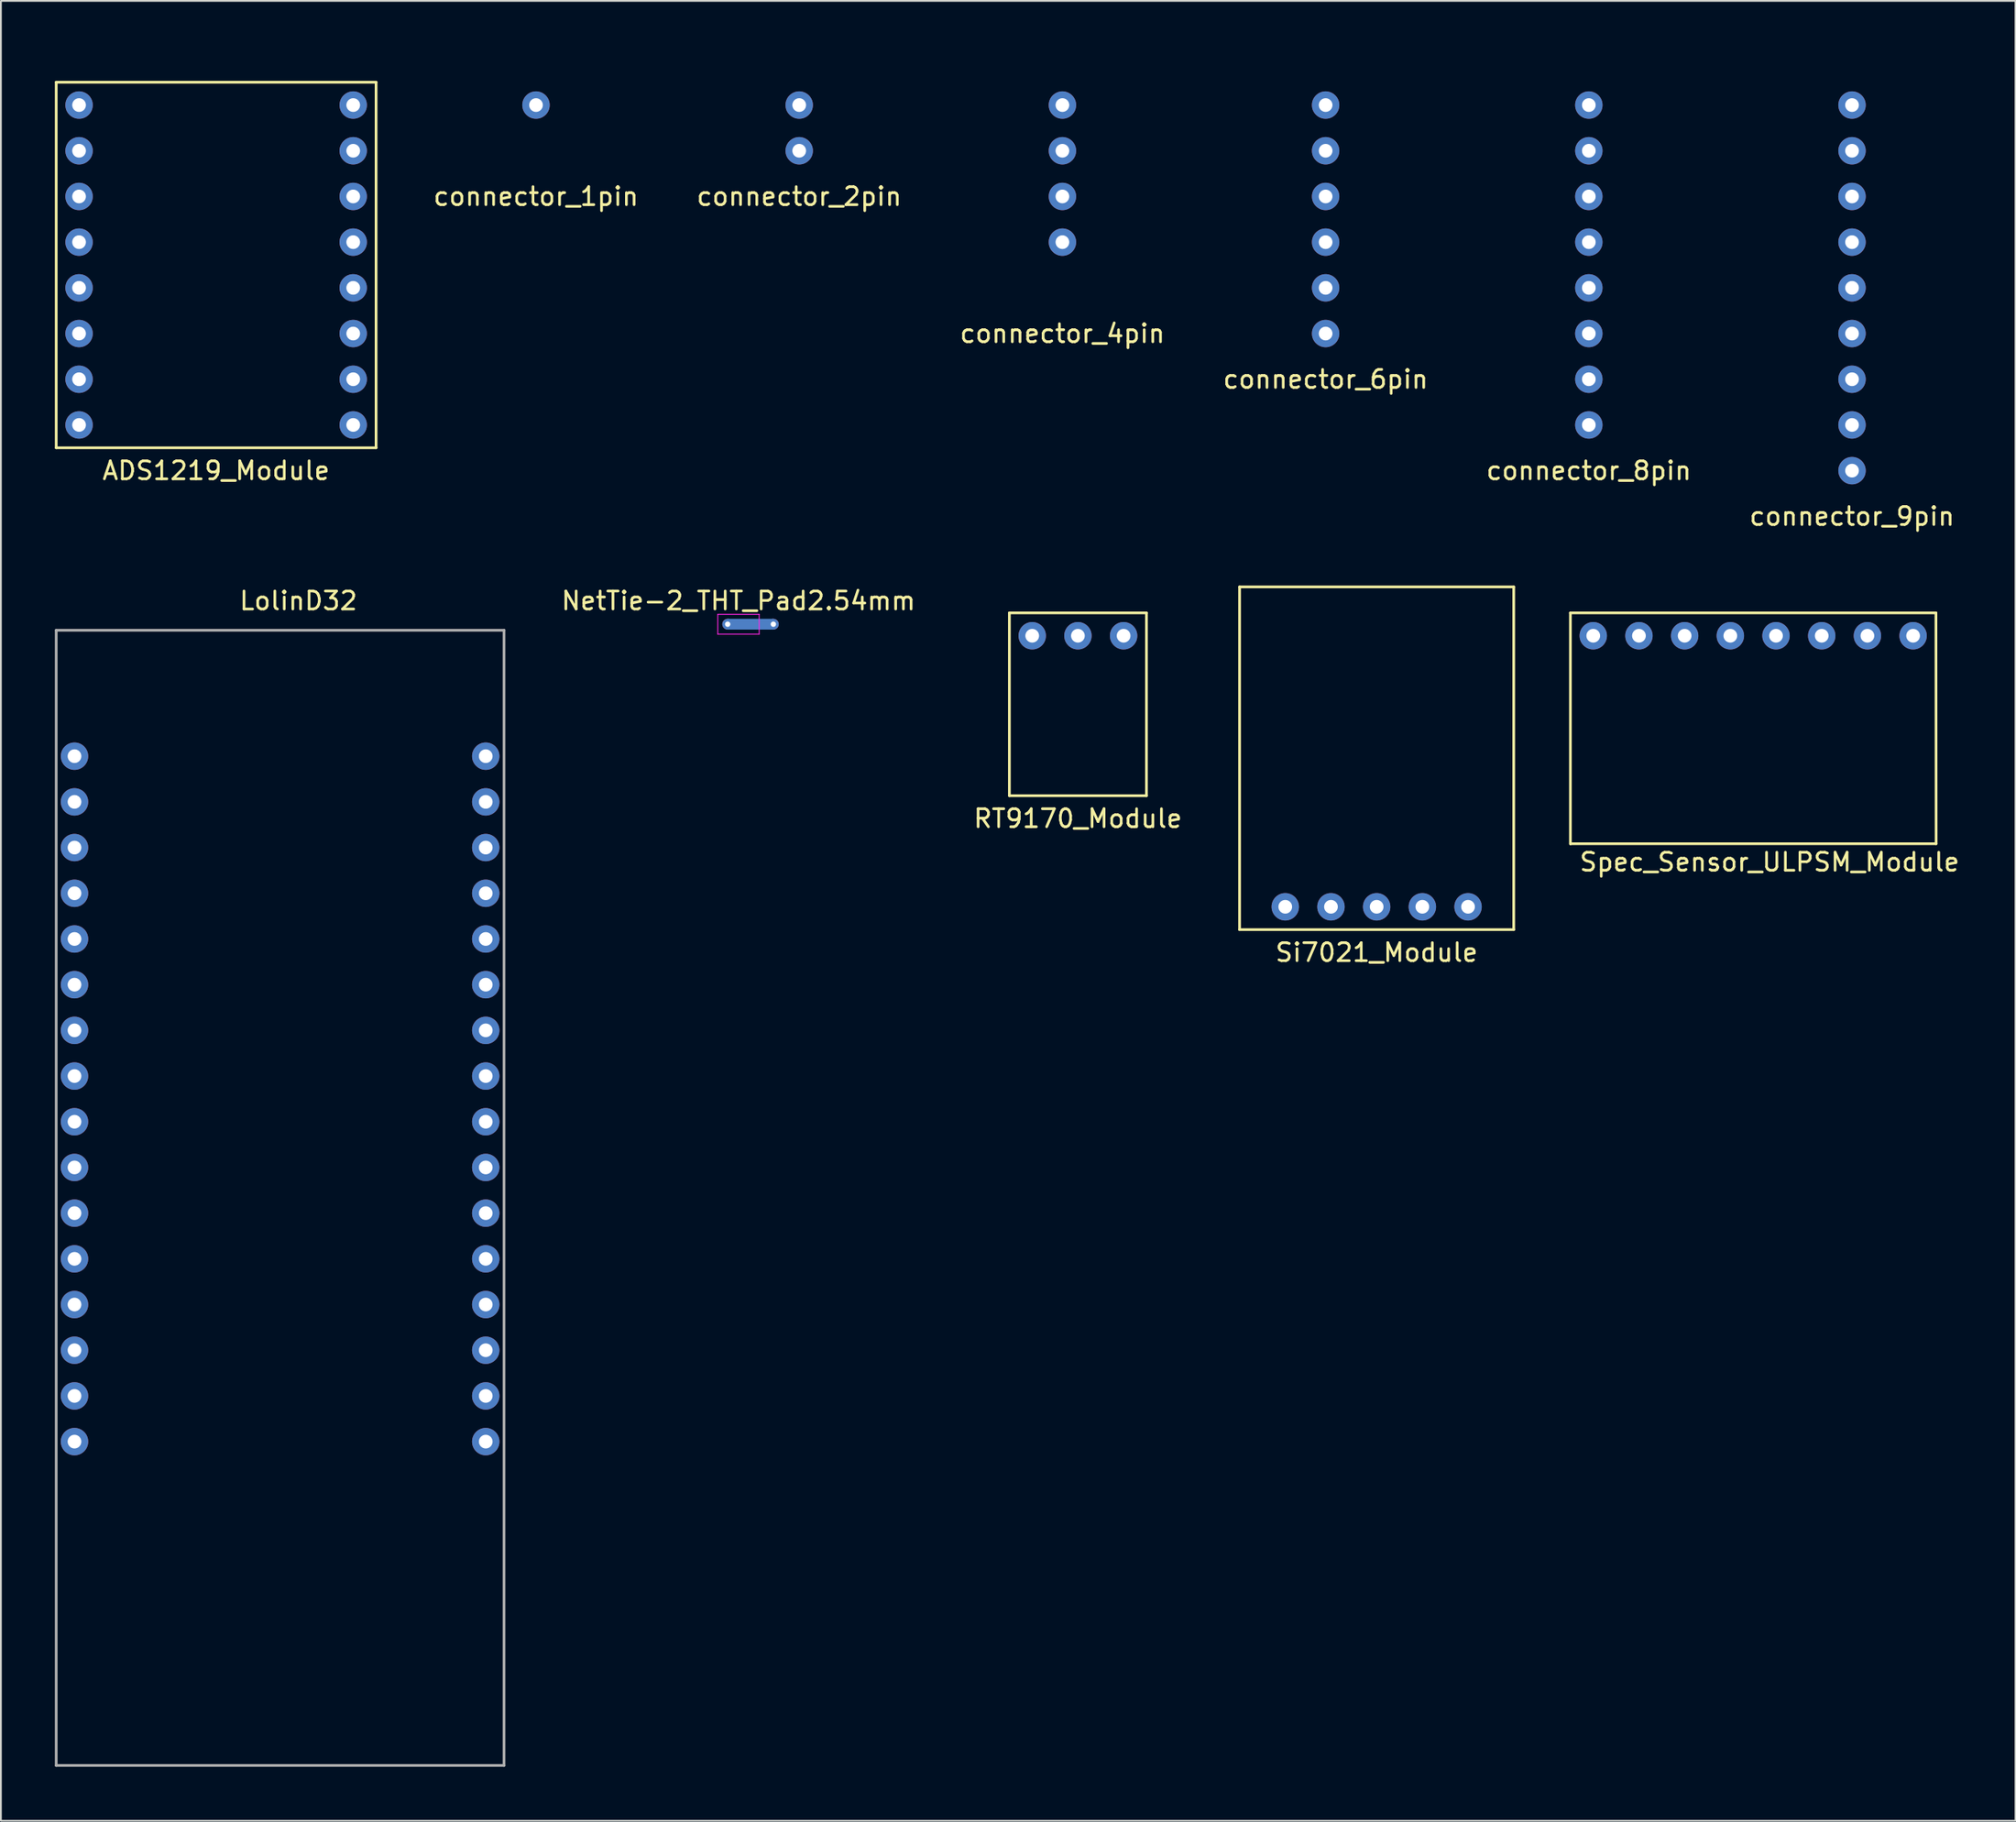
<source format=kicad_pcb>
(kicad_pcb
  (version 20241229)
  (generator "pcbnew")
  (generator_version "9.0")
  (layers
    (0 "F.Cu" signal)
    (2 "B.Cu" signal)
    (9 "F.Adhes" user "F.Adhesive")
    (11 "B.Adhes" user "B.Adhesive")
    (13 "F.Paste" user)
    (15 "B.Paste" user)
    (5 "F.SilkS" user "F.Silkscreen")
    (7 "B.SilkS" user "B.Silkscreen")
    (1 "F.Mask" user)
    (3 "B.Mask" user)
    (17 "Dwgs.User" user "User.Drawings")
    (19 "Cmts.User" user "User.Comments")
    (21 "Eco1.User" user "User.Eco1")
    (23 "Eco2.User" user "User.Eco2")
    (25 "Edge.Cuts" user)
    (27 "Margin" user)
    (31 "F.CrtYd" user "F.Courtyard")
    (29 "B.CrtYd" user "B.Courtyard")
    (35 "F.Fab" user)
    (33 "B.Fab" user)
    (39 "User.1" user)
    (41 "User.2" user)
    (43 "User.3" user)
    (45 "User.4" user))
  (footprint "NetTie-2_THT_Pad2.54mm"
    (layer "F.Cu")
    (at 37.4 31.646)
    (property "Reference" "NetTie-2_THT_Pad2.54mm" (at 0.6 -1.3 0) (layer "F.SilkS") (effects (font (size 1 1) (thickness 0.15))))
    (attr exclude_from_pos_files exclude_from_bom)
    (fp_poly (pts (xy 0 -0.3) (xy 2.54 -0.3) (xy 2.54 0.3) (xy 0 0.3)) (stroke (width 0) (type solid)) (fill yes) (layer "B.Cu"))
    (fp_line (start -0.55 -0.55) (end 1.75 -0.55) (stroke (width 0.05) (type solid)) (layer "F.CrtYd"))
    (fp_line (start -0.55 0.55) (end -0.55 -0.55) (stroke (width 0.05) (type solid)) (layer "F.CrtYd"))
    (fp_line (start 1.75 -0.55) (end 1.75 0.55) (stroke (width 0.05) (type solid)) (layer "F.CrtYd"))
    (fp_line (start 1.75 0.55) (end -0.55 0.55) (stroke (width 0.05) (type solid)) (layer "F.CrtYd"))
    (pad "1" thru_hole circle (at 0 0) (size 0.6 0.6) (drill 0.3) (layers "*.Cu"))
    (pad "2" thru_hole circle (at 2.54 0) (size 0.6 0.6) (drill 0.3) (layers "*.Cu")))
  (footprint "connector_1pin"
    (layer "F.Cu")
    (at 26.745 0.25)
    (property "Reference" "connector_1pin" (at 0 7.62 0) (layer "F.SilkS") (effects (font (size 1 1) (thickness 0.15))))
    (attr through_hole)
    (pad "1" thru_hole circle (at 0 2.54) (size 1.524 1.524) (drill 0.762) (layers "*.Cu" "*.Mask")))
  (footprint "RT9170_Module"
    (layer "F.Cu")
    (at 56.869 29.748)
    (property "Reference" "RT9170_Module" (at 0 12.7 0) (layer "F.SilkS") (effects (font (size 1 1) (thickness 0.15))))
    (attr through_hole)
    (fp_line (start -3.81 1.27) (end 3.81 1.27) (stroke (width 0.15) (type solid)) (layer "F.SilkS"))
    (fp_line (start -3.81 11.43) (end -3.81 1.27) (stroke (width 0.15) (type solid)) (layer "F.SilkS"))
    (fp_line (start 3.81 1.27) (end 3.81 11.43) (stroke (width 0.15) (type solid)) (layer "F.SilkS"))
    (fp_line (start 3.81 11.43) (end -3.81 11.43) (stroke (width 0.15) (type solid)) (layer "F.SilkS"))
    (pad "1" thru_hole circle (at -2.54 2.54) (size 1.524 1.524) (drill 0.762) (layers "*.Cu" "*.Mask"))
    (pad "2" thru_hole circle (at 2.54 2.54) (size 1.524 1.524) (drill 0.762) (layers "*.Cu" "*.Mask"))
    (pad "3" thru_hole circle (at 0 2.54) (size 1.524 1.524) (drill 0.762) (layers "*.Cu" "*.Mask")))
  (footprint "LolinD32"
    (layer "F.Cu")
    (at 13.791 46.602)
    (property "Reference" "LolinD32" (at -0.254 -16.256 0) (layer "F.SilkS") (effects (font (size 1 1) (thickness 0.15))))
    (attr through_hole)
    (fp_line (start -13.716 -14.62) (end -13.716 48.48) (stroke (width 0.15) (type solid)) (layer "F.Fab"))
    (fp_line (start -13.716 -14.62) (end 11.176 -14.62) (stroke (width 0.15) (type solid)) (layer "F.Fab"))
    (fp_line (start -13.716 48.48) (end 11.176 48.48) (stroke (width 0.15) (type solid)) (layer "F.Fab"))
    (fp_line (start 11.176 -14.62) (end 11.176 48.48) (stroke (width 0.15) (type solid)) (layer "F.Fab"))
    (pad "1" thru_hole circle (at -12.7 -7.62) (size 1.524 1.524) (drill 0.762) (layers "*.Cu" "*.Mask"))
    (pad "2" thru_hole circle (at -12.7 -5.08) (size 1.524 1.524) (drill 0.762) (layers "*.Cu" "*.Mask"))
    (pad "3" thru_hole circle (at -12.7 -2.54) (size 1.524 1.524) (drill 0.762) (layers "*.Cu" "*.Mask"))
    (pad "4" thru_hole circle (at -12.7 0) (size 1.524 1.524) (drill 0.762) (layers "*.Cu" "*.Mask"))
    (pad "5" thru_hole circle (at -12.7 2.54) (size 1.524 1.524) (drill 0.762) (layers "*.Cu" "*.Mask"))
    (pad "6" thru_hole circle (at -12.7 5.08) (size 1.524 1.524) (drill 0.762) (layers "*.Cu" "*.Mask"))
    (pad "7" thru_hole circle (at -12.7 7.62) (size 1.524 1.524) (drill 0.762) (layers "*.Cu" "*.Mask"))
    (pad "8" thru_hole circle (at -12.7 10.16) (size 1.524 1.524) (drill 0.762) (layers "*.Cu" "*.Mask"))
    (pad "9" thru_hole circle (at -12.7 12.7) (size 1.524 1.524) (drill 0.762) (layers "*.Cu" "*.Mask"))
    (pad "10" thru_hole circle (at -12.7 15.24) (size 1.524 1.524) (drill 0.762) (layers "*.Cu" "*.Mask"))
    (pad "11" thru_hole circle (at -12.7 17.78) (size 1.524 1.524) (drill 0.762) (layers "*.Cu" "*.Mask"))
    (pad "12" thru_hole circle (at -12.7 20.32) (size 1.524 1.524) (drill 0.762) (layers "*.Cu" "*.Mask"))
    (pad "13" thru_hole circle (at -12.7 22.86) (size 1.524 1.524) (drill 0.762) (layers "*.Cu" "*.Mask"))
    (pad "14" thru_hole circle (at -12.7 25.4) (size 1.524 1.524) (drill 0.762) (layers "*.Cu" "*.Mask"))
    (pad "15" thru_hole circle (at -12.7 27.94) (size 1.524 1.524) (drill 0.762) (layers "*.Cu" "*.Mask"))
    (pad "16" thru_hole circle (at -12.7 30.48) (size 1.524 1.524) (drill 0.762) (layers "*.Cu" "*.Mask"))
    (pad "17" thru_hole circle (at 10.16 30.48) (size 1.524 1.524) (drill 0.762) (layers "*.Cu" "*.Mask"))
    (pad "18" thru_hole circle (at 10.16 27.94) (size 1.524 1.524) (drill 0.762) (layers "*.Cu" "*.Mask"))
    (pad "19" thru_hole circle (at 10.16 25.4) (size 1.524 1.524) (drill 0.762) (layers "*.Cu" "*.Mask"))
    (pad "20" thru_hole circle (at 10.16 22.86) (size 1.524 1.524) (drill 0.762) (layers "*.Cu" "*.Mask"))
    (pad "21" thru_hole circle (at 10.16 20.32) (size 1.524 1.524) (drill 0.762) (layers "*.Cu" "*.Mask"))
    (pad "22" thru_hole circle (at 10.16 17.78) (size 1.524 1.524) (drill 0.762) (layers "*.Cu" "*.Mask"))
    (pad "23" thru_hole circle (at 10.16 15.24) (size 1.524 1.524) (drill 0.762) (layers "*.Cu" "*.Mask"))
    (pad "24" thru_hole circle (at 10.16 12.7) (size 1.524 1.524) (drill 0.762) (layers "*.Cu" "*.Mask"))
    (pad "25" thru_hole circle (at 10.16 10.16) (size 1.524 1.524) (drill 0.762) (layers "*.Cu" "*.Mask"))
    (pad "26" thru_hole circle (at 10.16 7.62) (size 1.524 1.524) (drill 0.762) (layers "*.Cu" "*.Mask"))
    (pad "27" thru_hole circle (at 10.16 5.08) (size 1.524 1.524) (drill 0.762) (layers "*.Cu" "*.Mask"))
    (pad "28" thru_hole circle (at 10.16 2.54) (size 1.524 1.524) (drill 0.762) (layers "*.Cu" "*.Mask"))
    (pad "29" thru_hole circle (at 10.16 0) (size 1.524 1.524) (drill 0.762) (layers "*.Cu" "*.Mask"))
    (pad "30" thru_hole circle (at 10.16 -2.54) (size 1.524 1.524) (drill 0.762) (layers "*.Cu" "*.Mask"))
    (pad "31" thru_hole circle (at 10.16 -5.08) (size 1.524 1.524) (drill 0.762) (layers "*.Cu" "*.Mask"))
    (pad "32" thru_hole circle (at 10.16 -7.62) (size 1.524 1.524) (drill 0.762) (layers "*.Cu" "*.Mask")))
  (footprint "connector_8pin"
    (layer "F.Cu")
    (at 85.269 0.25)
    (property "Reference" "connector_8pin" (at 0 22.86 0) (layer "F.SilkS") (effects (font (size 1 1) (thickness 0.15))))
    (attr through_hole)
    (pad "1" thru_hole circle (at 0 2.54) (size 1.524 1.524) (drill 0.762) (layers "*.Cu" "*.Mask"))
    (pad "2" thru_hole circle (at 0 5.08) (size 1.524 1.524) (drill 0.762) (layers "*.Cu" "*.Mask"))
    (pad "3" thru_hole circle (at 0 7.62) (size 1.524 1.524) (drill 0.762) (layers "*.Cu" "*.Mask"))
    (pad "4" thru_hole circle (at 0 10.16) (size 1.524 1.524) (drill 0.762) (layers "*.Cu" "*.Mask"))
    (pad "5" thru_hole circle (at 0 12.7) (size 1.524 1.524) (drill 0.762) (layers "*.Cu" "*.Mask"))
    (pad "6" thru_hole circle (at 0 15.24) (size 1.524 1.524) (drill 0.762) (layers "*.Cu" "*.Mask"))
    (pad "7" thru_hole circle (at 0 17.78) (size 1.524 1.524) (drill 0.762) (layers "*.Cu" "*.Mask"))
    (pad "8" thru_hole circle (at 0 20.32) (size 1.524 1.524) (drill 0.762) (layers "*.Cu" "*.Mask")))
  (footprint "Si7021_Module"
    (layer "F.Cu")
    (at 73.475 37.193)
    (property "Reference" "Si7021_Module" (at 0 12.7 0) (layer "F.SilkS") (effects (font (size 1 1) (thickness 0.15))))
    (attr through_hole)
    (fp_line (start -7.62 -7.62) (end -7.62 11.43) (stroke (width 0.15) (type solid)) (layer "F.SilkS"))
    (fp_line (start -7.62 11.43) (end 7.62 11.43) (stroke (width 0.15) (type solid)) (layer "F.SilkS"))
    (fp_line (start 7.62 -7.62) (end -7.62 -7.62) (stroke (width 0.15) (type solid)) (layer "F.SilkS"))
    (fp_line (start 7.62 11.43) (end 7.62 -7.62) (stroke (width 0.15) (type solid)) (layer "F.SilkS"))
    (pad "1" thru_hole circle (at -5.08 10.16) (size 1.524 1.524) (drill 0.762) (layers "*.Cu" "*.Mask"))
    (pad "2" thru_hole circle (at -2.54 10.16) (size 1.524 1.524) (drill 0.762) (layers "*.Cu" "*.Mask"))
    (pad "3" thru_hole circle (at 0 10.16) (size 1.524 1.524) (drill 0.762) (layers "*.Cu" "*.Mask"))
    (pad "4" thru_hole circle (at 2.54 10.16) (size 1.524 1.524) (drill 0.762) (layers "*.Cu" "*.Mask"))
    (pad "5" thru_hole circle (at 5.08 10.16) (size 1.524 1.524) (drill 0.762) (layers "*.Cu" "*.Mask")))
  (footprint "connector_6pin"
    (layer "F.Cu")
    (at 70.638 0.25)
    (property "Reference" "connector_6pin" (at 0 17.78 0) (layer "F.SilkS") (effects (font (size 1 1) (thickness 0.15))))
    (attr through_hole)
    (pad "1" thru_hole circle (at 0 2.54) (size 1.524 1.524) (drill 0.762) (layers "*.Cu" "*.Mask"))
    (pad "2" thru_hole circle (at 0 5.08) (size 1.524 1.524) (drill 0.762) (layers "*.Cu" "*.Mask"))
    (pad "3" thru_hole circle (at 0 7.62) (size 1.524 1.524) (drill 0.762) (layers "*.Cu" "*.Mask"))
    (pad "4" thru_hole circle (at 0 10.16) (size 1.524 1.524) (drill 0.762) (layers "*.Cu" "*.Mask"))
    (pad "5" thru_hole circle (at 0 12.7) (size 1.524 1.524) (drill 0.762) (layers "*.Cu" "*.Mask"))
    (pad "6" thru_hole circle (at 0 15.24) (size 1.524 1.524) (drill 0.762) (layers "*.Cu" "*.Mask")))
  (footprint "connector_4pin"
    (layer "F.Cu")
    (at 56.007 0.25)
    (property "Reference" "connector_4pin" (at 0 15.24 0) (layer "F.SilkS") (effects (font (size 1 1) (thickness 0.15))))
    (attr through_hole)
    (pad "1" thru_hole circle (at 0 2.54) (size 1.524 1.524) (drill 0.762) (layers "*.Cu" "*.Mask"))
    (pad "2" thru_hole circle (at 0 5.08) (size 1.524 1.524) (drill 0.762) (layers "*.Cu" "*.Mask"))
    (pad "3" thru_hole circle (at 0 7.62) (size 1.524 1.524) (drill 0.762) (layers "*.Cu" "*.Mask"))
    (pad "4" thru_hole circle (at 0 10.16) (size 1.524 1.524) (drill 0.762) (layers "*.Cu" "*.Mask")))
  (footprint "ADS1219_Module"
    (layer "F.Cu")
    (at 6.425 0.25)
    (property "Reference" "ADS1219_Module" (at 2.54 22.86 0) (layer "F.SilkS") (effects (font (size 1 1) (thickness 0.15))))
    (attr through_hole)
    (fp_line (start -6.35 1.27) (end 11.43 1.27) (stroke (width 0.15) (type solid)) (layer "F.SilkS"))
    (fp_line (start -6.35 21.59) (end -6.35 1.27) (stroke (width 0.15) (type solid)) (layer "F.SilkS"))
    (fp_line (start 11.43 1.27) (end 11.43 21.59) (stroke (width 0.15) (type solid)) (layer "F.SilkS"))
    (fp_line (start 11.43 21.59) (end -6.35 21.59) (stroke (width 0.15) (type solid)) (layer "F.SilkS"))
    (pad "1" thru_hole circle (at -5.08 2.54) (size 1.524 1.524) (drill 0.762) (layers "*.Cu" "*.Mask"))
    (pad "2" thru_hole circle (at -5.08 5.08) (size 1.524 1.524) (drill 0.762) (layers "*.Cu" "*.Mask"))
    (pad "3" thru_hole circle (at -5.08 7.62) (size 1.524 1.524) (drill 0.762) (layers "*.Cu" "*.Mask"))
    (pad "4" thru_hole circle (at -5.08 10.16) (size 1.524 1.524) (drill 0.762) (layers "*.Cu" "*.Mask"))
    (pad "5" thru_hole circle (at -5.08 12.7) (size 1.524 1.524) (drill 0.762) (layers "*.Cu" "*.Mask"))
    (pad "6" thru_hole circle (at -5.08 15.24) (size 1.524 1.524) (drill 0.762) (layers "*.Cu" "*.Mask"))
    (pad "7" thru_hole circle (at -5.08 17.78) (size 1.524 1.524) (drill 0.762) (layers "*.Cu" "*.Mask"))
    (pad "8" thru_hole circle (at -5.08 20.32) (size 1.524 1.524) (drill 0.762) (layers "*.Cu" "*.Mask"))
    (pad "9" thru_hole circle (at 10.16 20.32) (size 1.524 1.524) (drill 0.762) (layers "*.Cu" "*.Mask"))
    (pad "10" thru_hole circle (at 10.16 17.78) (size 1.524 1.524) (drill 0.762) (layers "*.Cu" "*.Mask"))
    (pad "11" thru_hole circle (at 10.16 15.24) (size 1.524 1.524) (drill 0.762) (layers "*.Cu" "*.Mask"))
    (pad "12" thru_hole circle (at 10.16 12.7) (size 1.524 1.524) (drill 0.762) (layers "*.Cu" "*.Mask"))
    (pad "13" thru_hole circle (at 10.16 10.16) (size 1.524 1.524) (drill 0.762) (layers "*.Cu" "*.Mask"))
    (pad "14" thru_hole circle (at 10.16 7.62) (size 1.524 1.524) (drill 0.762) (layers "*.Cu" "*.Mask"))
    (pad "15" thru_hole circle (at 10.16 5.08) (size 1.524 1.524) (drill 0.762) (layers "*.Cu" "*.Mask"))
    (pad "16" thru_hole circle (at 10.16 2.54) (size 1.524 1.524) (drill 0.762) (layers "*.Cu" "*.Mask")))
  (footprint "connector_2pin"
    (layer "F.Cu")
    (at 41.376 0.25)
    (property "Reference" "connector_2pin" (at 0 7.62 0) (layer "F.SilkS") (effects (font (size 1 1) (thickness 0.15))))
    (attr through_hole)
    (pad "1" thru_hole circle (at 0 2.54) (size 1.524 1.524) (drill 0.762) (layers "*.Cu" "*.Mask"))
    (pad "2" thru_hole circle (at 0 5.08) (size 1.524 1.524) (drill 0.762) (layers "*.Cu" "*.Mask")))
  (footprint "connector_9pin"
    (layer "F.Cu")
    (at 99.9 0.25)
    (property "Reference" "connector_9pin" (at 0 25.4 0) (layer "F.SilkS") (effects (font (size 1 1) (thickness 0.15))))
    (attr through_hole)
    (pad "1" thru_hole circle (at 0 2.54) (size 1.524 1.524) (drill 0.762) (layers "*.Cu" "*.Mask"))
    (pad "2" thru_hole circle (at 0 5.08) (size 1.524 1.524) (drill 0.762) (layers "*.Cu" "*.Mask"))
    (pad "3" thru_hole circle (at 0 7.62) (size 1.524 1.524) (drill 0.762) (layers "*.Cu" "*.Mask"))
    (pad "4" thru_hole circle (at 0 10.16) (size 1.524 1.524) (drill 0.762) (layers "*.Cu" "*.Mask"))
    (pad "5" thru_hole circle (at 0 12.7) (size 1.524 1.524) (drill 0.762) (layers "*.Cu" "*.Mask"))
    (pad "6" thru_hole circle (at 0 15.24) (size 1.524 1.524) (drill 0.762) (layers "*.Cu" "*.Mask"))
    (pad "7" thru_hole circle (at 0 17.78) (size 1.524 1.524) (drill 0.762) (layers "*.Cu" "*.Mask"))
    (pad "8" thru_hole circle (at 0 20.32) (size 1.524 1.524) (drill 0.762) (layers "*.Cu" "*.Mask"))
    (pad "9" thru_hole circle (at 0 22.86) (size 1.524 1.524) (drill 0.762) (layers "*.Cu" "*.Mask")))
  (footprint "Spec_Sensor_ULPSM_Module"
    (layer "F.Cu")
    (at 95.675 29.748)
    (property "Reference" "Spec_Sensor_ULPSM_Module" (at -0.36 15.12 0) (layer "F.SilkS") (effects (font (size 1 1) (thickness 0.15))))
    (attr through_hole)
    (fp_line (start -11.43 1.27) (end 8.89 1.27) (stroke (width 0.15) (type solid)) (layer "F.SilkS"))
    (fp_line (start -11.43 14.11) (end -11.43 1.27) (stroke (width 0.15) (type solid)) (layer "F.SilkS"))
    (fp_line (start 8.89 1.27) (end 8.9 14.1) (stroke (width 0.15) (type solid)) (layer "F.SilkS"))
    (fp_line (start 8.9 14.1) (end -11.42 14.1) (stroke (width 0.15) (type solid)) (layer "F.SilkS"))
    (pad "1" thru_hole circle (at -10.16 2.54) (size 1.524 1.524) (drill 0.762) (layers "*.Cu" "*.Mask"))
    (pad "2" thru_hole circle (at -7.62 2.54) (size 1.524 1.524) (drill 0.762) (layers "*.Cu" "*.Mask"))
    (pad "3" thru_hole circle (at -5.08 2.54) (size 1.524 1.524) (drill 0.762) (layers "*.Cu" "*.Mask"))
    (pad "4" thru_hole circle (at -2.54 2.54) (size 1.524 1.524) (drill 0.762) (layers "*.Cu" "*.Mask"))
    (pad "5" thru_hole circle (at 0 2.54) (size 1.524 1.524) (drill 0.762) (layers "*.Cu" "*.Mask"))
    (pad "6" thru_hole circle (at 2.54 2.54) (size 1.524 1.524) (drill 0.762) (layers "*.Cu" "*.Mask"))
    (pad "7" thru_hole circle (at 5.08 2.54) (size 1.524 1.524) (drill 0.762) (layers "*.Cu" "*.Mask"))
    (pad "8" thru_hole circle (at 7.62 2.54) (size 1.524 1.524) (drill 0.762) (layers "*.Cu" "*.Mask")))
  (gr_rect
    (start -3 -3)
    (end 108.988 98.157)
    (stroke (width 0.1) (type default))
    (fill no)
    (layer "Edge.Cuts")))
</source>
